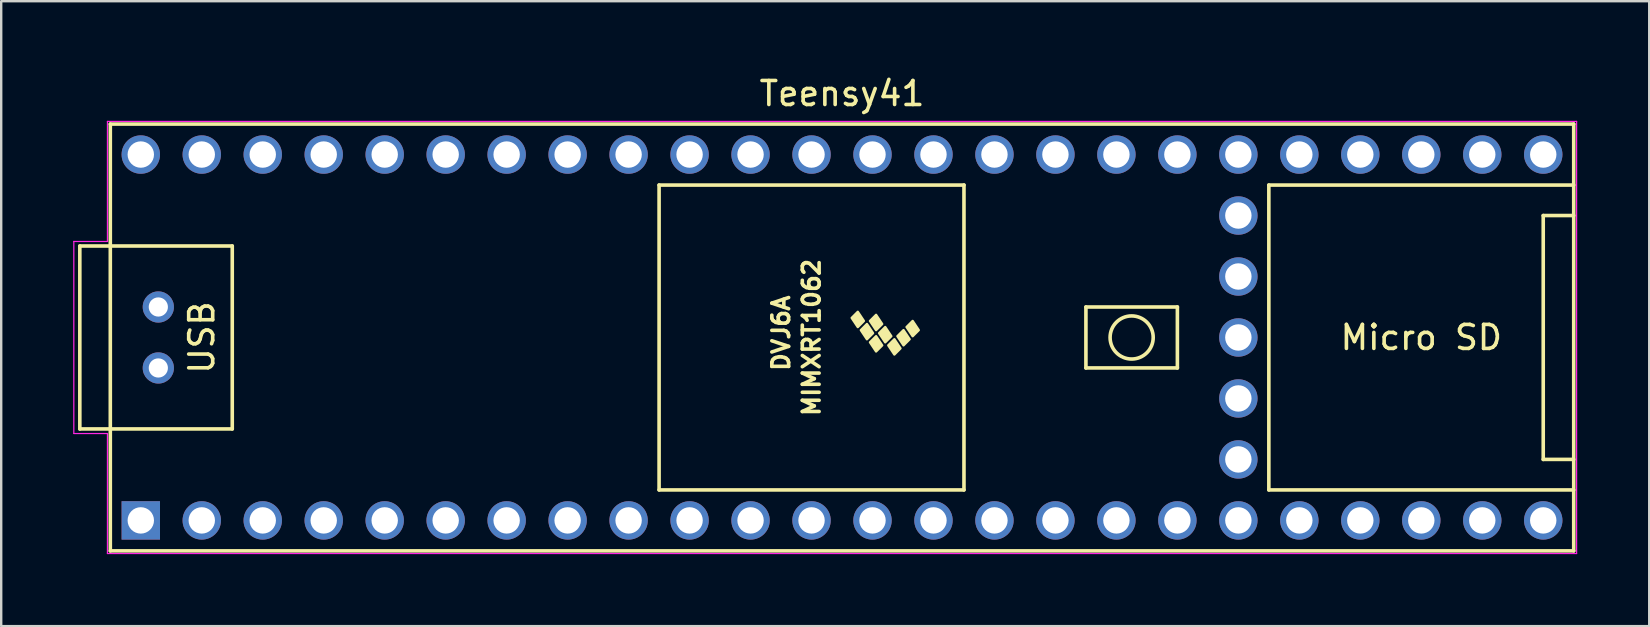
<source format=kicad_pcb>
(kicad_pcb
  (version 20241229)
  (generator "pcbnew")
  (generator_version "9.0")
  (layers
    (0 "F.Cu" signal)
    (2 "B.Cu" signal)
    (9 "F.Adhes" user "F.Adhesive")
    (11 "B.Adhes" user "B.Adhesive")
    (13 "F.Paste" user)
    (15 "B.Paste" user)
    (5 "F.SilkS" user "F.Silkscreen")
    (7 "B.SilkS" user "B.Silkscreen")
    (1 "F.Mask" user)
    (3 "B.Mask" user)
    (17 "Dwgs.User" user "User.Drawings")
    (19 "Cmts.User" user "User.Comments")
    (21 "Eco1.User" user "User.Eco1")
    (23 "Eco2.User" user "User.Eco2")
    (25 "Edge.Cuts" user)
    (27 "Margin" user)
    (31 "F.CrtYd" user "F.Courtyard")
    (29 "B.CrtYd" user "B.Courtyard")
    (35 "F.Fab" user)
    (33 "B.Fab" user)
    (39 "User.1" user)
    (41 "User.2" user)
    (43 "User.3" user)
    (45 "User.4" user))
  (footprint "Teensy41"
    (layer "F.Cu")
    (at 32.025 11.008)
    (property "Reference" "Teensy41" (at 0 -10.16 0) (layer "F.SilkS") (effects (font (size 1 1) (thickness 0.15))))
    (attr through_hole)
    (fp_line (start -31.75 -3.81) (end -30.48 -3.81) (stroke (width 0.15) (type solid)) (layer "F.SilkS"))
    (fp_line (start -31.75 3.81) (end -31.75 -3.81) (stroke (width 0.15) (type solid)) (layer "F.SilkS"))
    (fp_line (start -30.48 -8.89) (end 30.48 -8.89) (stroke (width 0.15) (type solid)) (layer "F.SilkS"))
    (fp_line (start -30.48 3.81) (end -31.75 3.81) (stroke (width 0.15) (type solid)) (layer "F.SilkS"))
    (fp_line (start -30.48 8.89) (end -30.48 -8.89) (stroke (width 0.15) (type solid)) (layer "F.SilkS"))
    (fp_line (start -25.4 -3.81) (end -30.48 -3.81) (stroke (width 0.15) (type solid)) (layer "F.SilkS"))
    (fp_line (start -25.4 3.81) (end -30.48 3.81) (stroke (width 0.15) (type solid)) (layer "F.SilkS"))
    (fp_line (start -25.4 3.81) (end -25.4 -3.81) (stroke (width 0.15) (type solid)) (layer "F.SilkS"))
    (fp_line (start -7.62 -6.35) (end -7.62 6.35) (stroke (width 0.15) (type solid)) (layer "F.SilkS"))
    (fp_line (start -7.62 6.35) (end 5.08 6.35) (stroke (width 0.15) (type solid)) (layer "F.SilkS"))
    (fp_line (start 5.08 -6.35) (end -7.62 -6.35) (stroke (width 0.15) (type solid)) (layer "F.SilkS"))
    (fp_line (start 5.08 6.35) (end 5.08 -6.35) (stroke (width 0.15) (type solid)) (layer "F.SilkS"))
    (fp_line (start 10.16 -1.27) (end 13.97 -1.27) (stroke (width 0.15) (type solid)) (layer "F.SilkS"))
    (fp_line (start 10.16 1.27) (end 10.16 -1.27) (stroke (width 0.15) (type solid)) (layer "F.SilkS"))
    (fp_line (start 13.97 -1.27) (end 13.97 1.27) (stroke (width 0.15) (type solid)) (layer "F.SilkS"))
    (fp_line (start 13.97 1.27) (end 10.16 1.27) (stroke (width 0.15) (type solid)) (layer "F.SilkS"))
    (fp_line (start 17.78 -6.35) (end 17.78 6.35) (stroke (width 0.15) (type solid)) (layer "F.SilkS"))
    (fp_line (start 17.78 6.35) (end 30.48 6.35) (stroke (width 0.15) (type solid)) (layer "F.SilkS"))
    (fp_line (start 29.21 -5.08) (end 29.21 5.08) (stroke (width 0.15) (type solid)) (layer "F.SilkS"))
    (fp_line (start 29.21 5.08) (end 30.48 5.08) (stroke (width 0.15) (type solid)) (layer "F.SilkS"))
    (fp_line (start 30.48 -8.89) (end 30.48 8.89) (stroke (width 0.15) (type solid)) (layer "F.SilkS"))
    (fp_line (start 30.48 -6.35) (end 17.78 -6.35) (stroke (width 0.15) (type solid)) (layer "F.SilkS"))
    (fp_line (start 30.48 -5.08) (end 29.21 -5.08) (stroke (width 0.15) (type solid)) (layer "F.SilkS"))
    (fp_line (start 30.48 8.89) (end -30.48 8.89) (stroke (width 0.15) (type solid)) (layer "F.SilkS"))
    (fp_circle (center 12.065 0) (end 12.7 -0.635) (stroke (width 0.15) (type solid)) (fill no) (layer "F.SilkS"))
    (fp_poly (pts (xy 0.911 -0.688) (xy 0.657 -0.434) (xy 0.403 -0.815) (xy 0.657 -1.069)) (stroke (width 0.1) (type solid)) (fill yes) (layer "F.SilkS"))
    (fp_poly (pts (xy 1.292 -0.18) (xy 1.038 0.074) (xy 0.784 -0.307) (xy 1.038 -0.561)) (stroke (width 0.1) (type solid)) (fill yes) (layer "F.SilkS"))
    (fp_poly (pts (xy 1.673 -0.561) (xy 1.419 -0.307) (xy 1.165 -0.688) (xy 1.419 -0.942)) (stroke (width 0.1) (type solid)) (fill yes) (layer "F.SilkS"))
    (fp_poly (pts (xy 1.673 0.328) (xy 1.419 0.582) (xy 1.165 0.201) (xy 1.419 -0.053)) (stroke (width 0.1) (type solid)) (fill yes) (layer "F.SilkS"))
    (fp_poly (pts (xy 2.054 -0.053) (xy 1.8 0.201) (xy 1.546 -0.18) (xy 1.8 -0.434)) (stroke (width 0.1) (type solid)) (fill yes) (layer "F.SilkS"))
    (fp_poly (pts (xy 2.435 0.455) (xy 2.181 0.709) (xy 1.927 0.328) (xy 2.181 0.074)) (stroke (width 0.1) (type solid)) (fill yes) (layer "F.SilkS"))
    (fp_poly (pts (xy 2.816 0.074) (xy 2.562 0.328) (xy 2.308 -0.053) (xy 2.562 -0.307)) (stroke (width 0.1) (type solid)) (fill yes) (layer "F.SilkS"))
    (fp_poly (pts (xy 3.197 -0.307) (xy 2.943 -0.053) (xy 2.689 -0.434) (xy 2.943 -0.688)) (stroke (width 0.1) (type solid)) (fill yes) (layer "F.SilkS"))
    (fp_line (start -32 -4) (end -30.6 -4) (stroke (width 0.05) (type solid)) (layer "F.CrtYd"))
    (fp_line (start -32 4) (end -32 -4) (stroke (width 0.05) (type solid)) (layer "F.CrtYd"))
    (fp_line (start -30.6 -9) (end 30.6 -9) (stroke (width 0.05) (type solid)) (layer "F.CrtYd"))
    (fp_line (start -30.6 -4) (end -30.6 -9) (stroke (width 0.05) (type solid)) (layer "F.CrtYd"))
    (fp_line (start -30.6 4) (end -32 4) (stroke (width 0.05) (type solid)) (layer "F.CrtYd"))
    (fp_line (start -30.6 9) (end -30.6 4) (stroke (width 0.05) (type solid)) (layer "F.CrtYd"))
    (fp_line (start 30.6 -9) (end 30.6 9) (stroke (width 0.05) (type solid)) (layer "F.CrtYd"))
    (fp_line (start 30.6 9) (end -30.6 9) (stroke (width 0.05) (type solid)) (layer "F.CrtYd"))
    (fp_text user "USB" (at -26.67 0 270) (layer "F.SilkS") (effects (font (size 1 1) (thickness 0.15))))
    (fp_text user "Micro SD" (at 24.13 0 0) (layer "F.SilkS") (effects (font (size 1 1) (thickness 0.15))))
    (fp_text user "MIMXRT1062" (at -1.27 0 270) (layer "F.SilkS") (effects (font (size 0.7 0.7) (thickness 0.15))))
    (fp_text user "DVJ6A" (at -2.54 -0.18 270) (layer "F.SilkS") (effects (font (size 0.7 0.7) (thickness 0.15))))
    (pad "1" thru_hole rect (at -29.21 7.62) (size 1.6 1.6) (drill 1.1) (layers "*.Cu" "*.Mask"))
    (pad "2" thru_hole circle (at -26.67 7.62) (size 1.6 1.6) (drill 1.1) (layers "*.Cu" "*.Mask"))
    (pad "3" thru_hole circle (at -24.13 7.62) (size 1.6 1.6) (drill 1.1) (layers "*.Cu" "*.Mask"))
    (pad "4" thru_hole circle (at -21.59 7.62) (size 1.6 1.6) (drill 1.1) (layers "*.Cu" "*.Mask"))
    (pad "5" thru_hole circle (at -19.05 7.62) (size 1.6 1.6) (drill 1.1) (layers "*.Cu" "*.Mask"))
    (pad "6" thru_hole circle (at -16.51 7.62) (size 1.6 1.6) (drill 1.1) (layers "*.Cu" "*.Mask"))
    (pad "7" thru_hole circle (at -13.97 7.62) (size 1.6 1.6) (drill 1.1) (layers "*.Cu" "*.Mask"))
    (pad "8" thru_hole circle (at -11.43 7.62) (size 1.6 1.6) (drill 1.1) (layers "*.Cu" "*.Mask"))
    (pad "9" thru_hole circle (at -8.89 7.62) (size 1.6 1.6) (drill 1.1) (layers "*.Cu" "*.Mask"))
    (pad "10" thru_hole circle (at -6.35 7.62) (size 1.6 1.6) (drill 1.1) (layers "*.Cu" "*.Mask"))
    (pad "11" thru_hole circle (at -3.81 7.62) (size 1.6 1.6) (drill 1.1) (layers "*.Cu" "*.Mask"))
    (pad "12" thru_hole circle (at -1.27 7.62) (size 1.6 1.6) (drill 1.1) (layers "*.Cu" "*.Mask"))
    (pad "13" thru_hole circle (at 1.27 7.62) (size 1.6 1.6) (drill 1.1) (layers "*.Cu" "*.Mask"))
    (pad "14" thru_hole circle (at 3.81 7.62) (size 1.6 1.6) (drill 1.1) (layers "*.Cu" "*.Mask"))
    (pad "15" thru_hole circle (at 6.35 7.62) (size 1.6 1.6) (drill 1.1) (layers "*.Cu" "*.Mask"))
    (pad "16" thru_hole circle (at 8.89 7.62) (size 1.6 1.6) (drill 1.1) (layers "*.Cu" "*.Mask"))
    (pad "17" thru_hole circle (at 11.43 7.62) (size 1.6 1.6) (drill 1.1) (layers "*.Cu" "*.Mask"))
    (pad "18" thru_hole circle (at 13.97 7.62) (size 1.6 1.6) (drill 1.1) (layers "*.Cu" "*.Mask"))
    (pad "19" thru_hole circle (at 16.51 7.62) (size 1.6 1.6) (drill 1.1) (layers "*.Cu" "*.Mask"))
    (pad "20" thru_hole circle (at 19.05 7.62) (size 1.6 1.6) (drill 1.1) (layers "*.Cu" "*.Mask"))
    (pad "21" thru_hole circle (at 21.59 7.62) (size 1.6 1.6) (drill 1.1) (layers "*.Cu" "*.Mask"))
    (pad "22" thru_hole circle (at 24.13 7.62) (size 1.6 1.6) (drill 1.1) (layers "*.Cu" "*.Mask"))
    (pad "23" thru_hole circle (at 26.67 7.62) (size 1.6 1.6) (drill 1.1) (layers "*.Cu" "*.Mask"))
    (pad "24" thru_hole circle (at 29.21 7.62) (size 1.6 1.6) (drill 1.1) (layers "*.Cu" "*.Mask"))
    (pad "25" thru_hole circle (at 29.21 -7.62) (size 1.6 1.6) (drill 1.1) (layers "*.Cu" "*.Mask"))
    (pad "26" thru_hole circle (at 26.67 -7.62) (size 1.6 1.6) (drill 1.1) (layers "*.Cu" "*.Mask"))
    (pad "27" thru_hole circle (at 24.13 -7.62) (size 1.6 1.6) (drill 1.1) (layers "*.Cu" "*.Mask"))
    (pad "28" thru_hole circle (at 21.59 -7.62) (size 1.6 1.6) (drill 1.1) (layers "*.Cu" "*.Mask"))
    (pad "29" thru_hole circle (at 19.05 -7.62) (size 1.6 1.6) (drill 1.1) (layers "*.Cu" "*.Mask"))
    (pad "30" thru_hole circle (at 16.51 -7.62) (size 1.6 1.6) (drill 1.1) (layers "*.Cu" "*.Mask"))
    (pad "31" thru_hole circle (at 13.97 -7.62) (size 1.6 1.6) (drill 1.1) (layers "*.Cu" "*.Mask"))
    (pad "32" thru_hole circle (at 11.43 -7.62) (size 1.6 1.6) (drill 1.1) (layers "*.Cu" "*.Mask"))
    (pad "33" thru_hole circle (at 8.89 -7.62) (size 1.6 1.6) (drill 1.1) (layers "*.Cu" "*.Mask"))
    (pad "34" thru_hole circle (at 6.35 -7.62) (size 1.6 1.6) (drill 1.1) (layers "*.Cu" "*.Mask"))
    (pad "35" thru_hole circle (at 3.81 -7.62) (size 1.6 1.6) (drill 1.1) (layers "*.Cu" "*.Mask"))
    (pad "36" thru_hole circle (at 1.27 -7.62) (size 1.6 1.6) (drill 1.1) (layers "*.Cu" "*.Mask"))
    (pad "37" thru_hole circle (at -1.27 -7.62) (size 1.6 1.6) (drill 1.1) (layers "*.Cu" "*.Mask"))
    (pad "38" thru_hole circle (at -3.81 -7.62) (size 1.6 1.6) (drill 1.1) (layers "*.Cu" "*.Mask"))
    (pad "39" thru_hole circle (at -6.35 -7.62) (size 1.6 1.6) (drill 1.1) (layers "*.Cu" "*.Mask"))
    (pad "40" thru_hole circle (at -8.89 -7.62) (size 1.6 1.6) (drill 1.1) (layers "*.Cu" "*.Mask"))
    (pad "41" thru_hole circle (at -11.43 -7.62) (size 1.6 1.6) (drill 1.1) (layers "*.Cu" "*.Mask"))
    (pad "42" thru_hole circle (at -13.97 -7.62) (size 1.6 1.6) (drill 1.1) (layers "*.Cu" "*.Mask"))
    (pad "43" thru_hole circle (at -16.51 -7.62) (size 1.6 1.6) (drill 1.1) (layers "*.Cu" "*.Mask"))
    (pad "44" thru_hole circle (at -19.05 -7.62) (size 1.6 1.6) (drill 1.1) (layers "*.Cu" "*.Mask"))
    (pad "45" thru_hole circle (at -21.59 -7.62) (size 1.6 1.6) (drill 1.1) (layers "*.Cu" "*.Mask"))
    (pad "46" thru_hole circle (at -24.13 -7.62) (size 1.6 1.6) (drill 1.1) (layers "*.Cu" "*.Mask"))
    (pad "47" thru_hole circle (at -26.67 -7.62) (size 1.6 1.6) (drill 1.1) (layers "*.Cu" "*.Mask"))
    (pad "48" thru_hole circle (at -29.21 -7.62) (size 1.6 1.6) (drill 1.1) (layers "*.Cu" "*.Mask"))
    (pad "50" thru_hole circle (at 16.51 5.08) (size 1.6 1.6) (drill 1.1) (layers "*.Cu" "*.Mask"))
    (pad "51" thru_hole circle (at 16.51 2.54) (size 1.6 1.6) (drill 1.1) (layers "*.Cu" "*.Mask"))
    (pad "52" thru_hole circle (at 16.51 0) (size 1.6 1.6) (drill 1.1) (layers "*.Cu" "*.Mask"))
    (pad "53" thru_hole circle (at 16.51 -2.54) (size 1.6 1.6) (drill 1.1) (layers "*.Cu" "*.Mask"))
    (pad "54" thru_hole circle (at 16.51 -5.08) (size 1.6 1.6) (drill 1.1) (layers "*.Cu" "*.Mask"))
    (pad "66" thru_hole circle (at -28.48 -1.27) (size 1.3 1.3) (drill 0.8) (layers "*.Cu" "*.Mask"))
    (pad "67" thru_hole circle (at -28.48 1.27) (size 1.3 1.3) (drill 0.8) (layers "*.Cu" "*.Mask")))
  (gr_rect
    (start -3 -3)
    (end 65.65 23.033)
    (stroke (width 0.1) (type default))
    (fill no)
    (layer "Edge.Cuts")))
</source>
